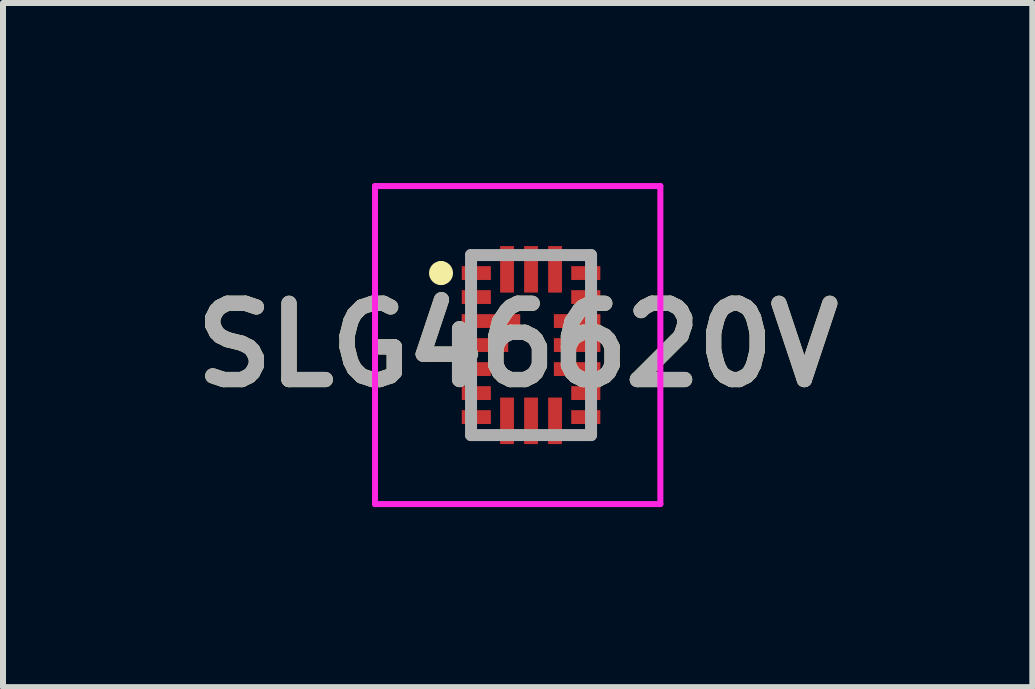
<source format=kicad_pcb>
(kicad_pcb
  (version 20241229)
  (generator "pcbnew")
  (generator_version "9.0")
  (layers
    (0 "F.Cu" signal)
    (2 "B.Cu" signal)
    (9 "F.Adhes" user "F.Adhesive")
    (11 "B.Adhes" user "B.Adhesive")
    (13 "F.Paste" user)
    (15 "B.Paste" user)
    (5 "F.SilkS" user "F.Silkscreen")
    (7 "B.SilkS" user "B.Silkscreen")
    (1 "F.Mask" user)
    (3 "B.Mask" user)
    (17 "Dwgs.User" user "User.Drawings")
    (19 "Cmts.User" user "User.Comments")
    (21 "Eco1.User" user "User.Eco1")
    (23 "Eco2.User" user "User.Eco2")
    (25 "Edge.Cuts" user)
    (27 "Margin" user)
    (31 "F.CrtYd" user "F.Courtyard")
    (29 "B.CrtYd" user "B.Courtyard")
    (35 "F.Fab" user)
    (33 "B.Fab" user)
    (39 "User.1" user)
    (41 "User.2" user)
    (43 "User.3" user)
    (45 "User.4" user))
  (footprint "SLG46620V"
    (layer "F.Cu")
    (at 5.799 2.7)
    (property "Reference" "SLG46620V" (at -0.223 0 0) (layer "F.SilkS") (effects (font (size 1.27 1.27) (thickness 0.254))))
    (attr smd)
    (fp_line (start -1.5 -1.3) (end -1.5 -1.3) (stroke (width 0.2) (type solid)) (layer "F.SilkS"))
    (fp_line (start -1.5 -1.1) (end -1.5 -1.1) (stroke (width 0.2) (type solid)) (layer "F.SilkS"))
    (fp_arc (start -1.5 -1.3) (mid -1.4 -1.2) (end -1.5 -1.1) (stroke (width 0.2) (type solid)) (layer "F.SilkS"))
    (fp_arc (start -1.5 -1.1) (mid -1.6 -1.2) (end -1.5 -1.3) (stroke (width 0.2) (type solid)) (layer "F.SilkS"))
    (fp_line (start -2.6 -2.65) (end 2.155 -2.65) (stroke (width 0.1) (type solid)) (layer "F.CrtYd"))
    (fp_line (start -2.6 2.65) (end -2.6 -2.65) (stroke (width 0.1) (type solid)) (layer "F.CrtYd"))
    (fp_line (start 2.155 -2.65) (end 2.155 2.65) (stroke (width 0.1) (type solid)) (layer "F.CrtYd"))
    (fp_line (start 2.155 2.65) (end -2.6 2.65) (stroke (width 0.1) (type solid)) (layer "F.CrtYd"))
    (fp_line (start -1 -1.5) (end 1 -1.5) (stroke (width 0.2) (type solid)) (layer "F.Fab"))
    (fp_line (start -1 1.5) (end -1 -1.5) (stroke (width 0.2) (type solid)) (layer "F.Fab"))
    (fp_line (start 1 -1.5) (end 1 1.5) (stroke (width 0.2) (type solid)) (layer "F.Fab"))
    (fp_line (start 1 1.5) (end -1 1.5) (stroke (width 0.2) (type solid)) (layer "F.Fab"))
    (fp_text user "${REFERENCE}" (at -0.223 0 0) (layer "F.Fab") (effects (font (size 1.27 1.27) (thickness 0.254))))
    (pad "1" smd rect (at -0.912 -1.2 90) (size 0.23 0.485) (layers "F.Cu" "F.Mask" "F.Paste"))
    (pad "2" smd rect (at -0.912 -0.8 90) (size 0.23 0.485) (layers "F.Cu" "F.Mask" "F.Paste"))
    (pad "3" smd rect (at -0.668 -0.4 90) (size 0.23 0.975) (layers "F.Cu" "F.Mask" "F.Paste"))
    (pad "4" smd rect (at -0.768 0 90) (size 0.23 0.775) (layers "F.Cu" "F.Mask" "F.Paste"))
    (pad "5" smd rect (at -0.912 0.4 90) (size 0.23 0.485) (layers "F.Cu" "F.Mask" "F.Paste"))
    (pad "6" smd rect (at -0.912 0.8 90) (size 0.23 0.485) (layers "F.Cu" "F.Mask" "F.Paste"))
    (pad "7" smd rect (at -0.912 1.2 90) (size 0.23 0.485) (layers "F.Cu" "F.Mask" "F.Paste"))
    (pad "8" smd rect (at -0.4 1.262) (size 0.23 0.775) (layers "F.Cu" "F.Mask" "F.Paste"))
    (pad "9" smd rect (at 0 1.262) (size 0.23 0.775) (layers "F.Cu" "F.Mask" "F.Paste"))
    (pad "10" smd rect (at 0.4 1.262) (size 0.23 0.775) (layers "F.Cu" "F.Mask" "F.Paste"))
    (pad "11" smd rect (at 0.912 1.2 90) (size 0.23 0.485) (layers "F.Cu" "F.Mask" "F.Paste"))
    (pad "12" smd rect (at 0.912 0.8 90) (size 0.23 0.485) (layers "F.Cu" "F.Mask" "F.Paste"))
    (pad "13" smd rect (at 0.768 0.4 90) (size 0.23 0.775) (layers "F.Cu" "F.Mask" "F.Paste"))
    (pad "14" smd rect (at 0.768 0 90) (size 0.23 0.775) (layers "F.Cu" "F.Mask" "F.Paste"))
    (pad "15" smd rect (at 0.768 -0.4 90) (size 0.23 0.775) (layers "F.Cu" "F.Mask" "F.Paste"))
    (pad "16" smd rect (at 0.912 -0.8 90) (size 0.23 0.485) (layers "F.Cu" "F.Mask" "F.Paste"))
    (pad "17" smd rect (at 0.912 -1.2 90) (size 0.23 0.485) (layers "F.Cu" "F.Mask" "F.Paste"))
    (pad "18" smd rect (at 0.4 -1.262) (size 0.23 0.775) (layers "F.Cu" "F.Mask" "F.Paste"))
    (pad "19" smd rect (at 0 -1.262) (size 0.23 0.775) (layers "F.Cu" "F.Mask" "F.Paste"))
    (pad "20" smd rect (at -0.4 -1.262) (size 0.23 0.775) (layers "F.Cu" "F.Mask" "F.Paste")))
  (gr_rect
    (start -3 -3)
    (end 14.152 8.4)
    (stroke (width 0.1) (type default))
    (fill no)
    (layer "Edge.Cuts")))
</source>
